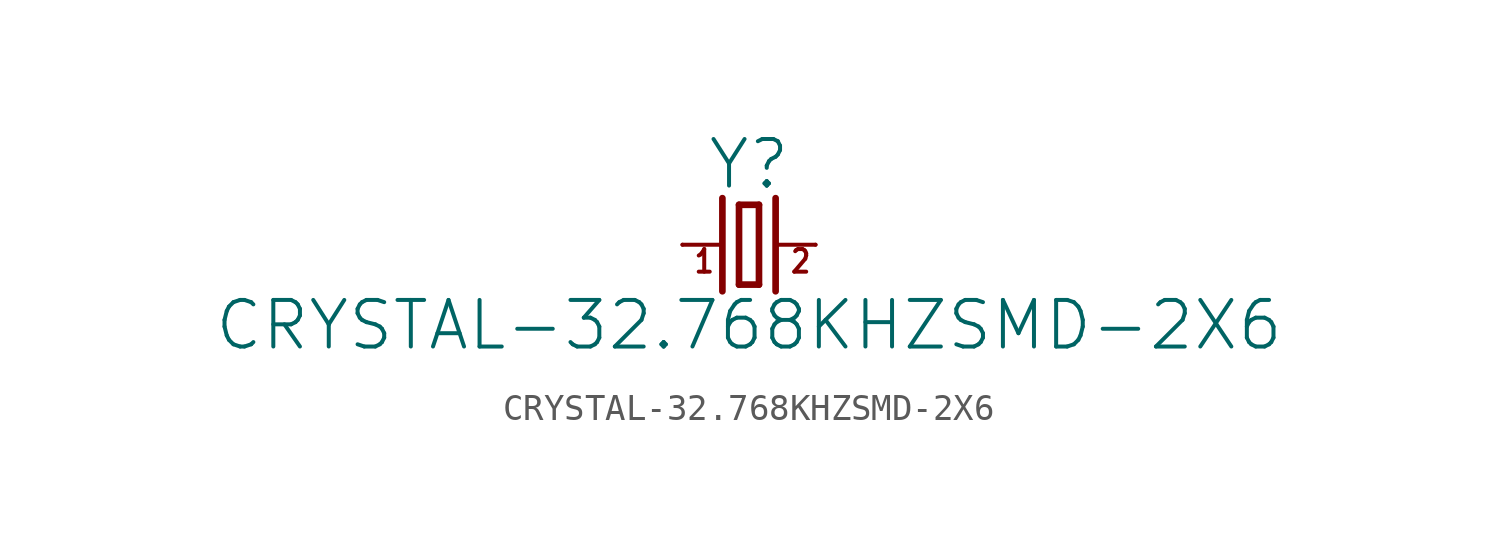
<source format=kicad_sym>
(kicad_symbol_lib
  (version 20211014)
  (generator kicad_symbol_editor)
  (symbol "CRYSTAL-32.768KHZSMD-2X6"
    (property "Reference" "Y"
      (at 0 2.032 0)
      (effects (font (size 1.778 1.778)) (justify bottom)))
    (property "Value" "CRYSTAL-32.768KHZSMD-2X6"
      (at 0 -2.032 0)
      (effects (font (size 1.778 1.778)) (justify top)))
    (property "ki_locked" ""
      (at 0 0 0)
      (effects (font (size 1.27 1.27))))
    (symbol "CRYSTAL-32.768KHZSMD-2X6_1_0"
      (polyline (pts (xy -2.54 0) (xy -1.016 0)) (stroke (width 0.152) (type default) (color 0 0 0 0)) (fill (type none)))
      (polyline (pts (xy -1.016 1.778) (xy -1.016 -1.778)) (stroke (width 0.254) (type default) (color 0 0 0 0)) (fill (type none)))
      (polyline (pts (xy -0.381 -1.524) (xy 0.381 -1.524)) (stroke (width 0.254) (type default) (color 0 0 0 0)) (fill (type none)))
      (polyline (pts (xy -0.381 1.524) (xy -0.381 -1.524)) (stroke (width 0.254) (type default) (color 0 0 0 0)) (fill (type none)))
      (polyline (pts (xy 0.381 -1.524) (xy 0.381 1.524)) (stroke (width 0.254) (type default) (color 0 0 0 0)) (fill (type none)))
      (polyline (pts (xy 0.381 1.524) (xy -0.381 1.524)) (stroke (width 0.254) (type default) (color 0 0 0 0)) (fill (type none)))
      (polyline (pts (xy 1.016 0) (xy 2.54 0)) (stroke (width 0.152) (type default) (color 0 0 0 0)) (fill (type none)))
      (polyline (pts (xy 1.016 1.778) (xy 1.016 -1.778)) (stroke (width 0.254) (type default) (color 0 0 0 0)) (fill (type none)))
      (text "1" (at -2.159 -1.143 0) (effects (font (size 0.864 0.734)) (justify left bottom)))
      (text "2" (at 1.524 -1.143 0) (effects (font (size 0.864 0.734)) (justify left bottom)))
      (pin passive line (at -2.54 0 0) (length 0) (name "1" (effects (font (size 0 0)))) (number "X1" (effects (font (size 0 0)))))
      (pin passive line (at 2.54 0 180) (length 0) (name "2" (effects (font (size 0 0)))) (number "X2" (effects (font (size 0 0))))))))
</source>
